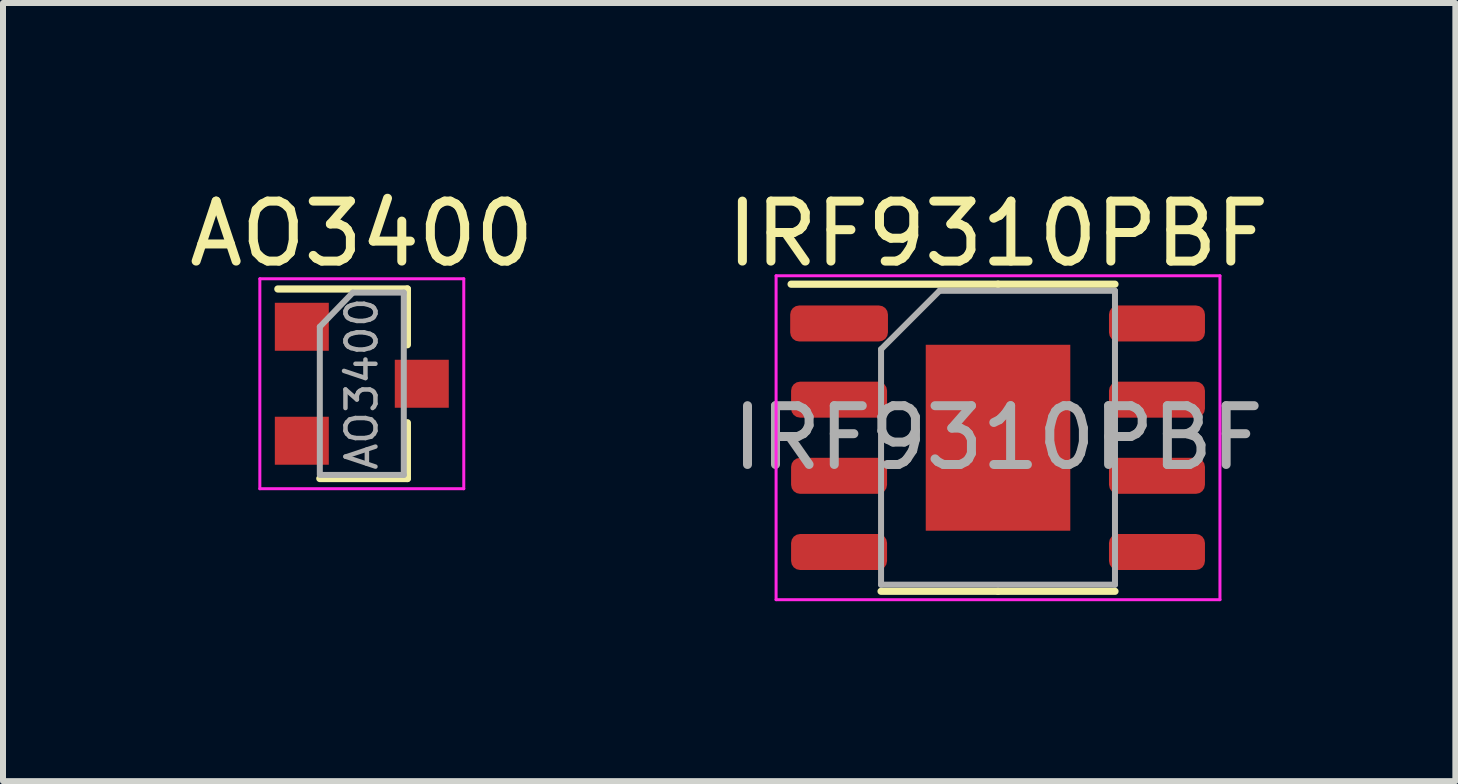
<source format=kicad_pcb>
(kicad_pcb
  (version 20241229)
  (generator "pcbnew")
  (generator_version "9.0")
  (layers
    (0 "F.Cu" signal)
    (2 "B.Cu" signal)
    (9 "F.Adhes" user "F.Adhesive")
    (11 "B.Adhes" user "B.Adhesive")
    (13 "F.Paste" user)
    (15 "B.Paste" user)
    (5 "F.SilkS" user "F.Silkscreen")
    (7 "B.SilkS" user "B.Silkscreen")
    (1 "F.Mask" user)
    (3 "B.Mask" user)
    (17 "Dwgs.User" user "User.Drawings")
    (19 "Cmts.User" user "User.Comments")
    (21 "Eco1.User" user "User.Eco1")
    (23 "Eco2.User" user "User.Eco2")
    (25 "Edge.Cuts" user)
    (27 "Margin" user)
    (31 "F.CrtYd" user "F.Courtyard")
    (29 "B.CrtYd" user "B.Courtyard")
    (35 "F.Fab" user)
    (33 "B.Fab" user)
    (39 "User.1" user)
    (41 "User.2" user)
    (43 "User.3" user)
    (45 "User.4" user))
  (footprint "IRF9310PBF"
    (layer "F.Cu")
    (at 13.589 4.248)
    (property "Reference" "IRF9310PBF" (at 0 -3.4 0) (layer "F.SilkS") (effects (font (size 1 1) (thickness 0.15))))
    (attr smd)
    (fp_line (start 0 -2.56) (end -3.45 -2.56) (stroke (width 0.12) (type solid)) (layer "F.SilkS"))
    (fp_line (start 0 -2.56) (end 1.95 -2.56) (stroke (width 0.12) (type solid)) (layer "F.SilkS"))
    (fp_line (start 0 2.56) (end -1.95 2.56) (stroke (width 0.12) (type solid)) (layer "F.SilkS"))
    (fp_line (start 0 2.56) (end 1.95 2.56) (stroke (width 0.12) (type solid)) (layer "F.SilkS"))
    (fp_line (start -3.7 -2.7) (end -3.7 2.7) (stroke (width 0.05) (type solid)) (layer "F.CrtYd"))
    (fp_line (start -3.7 2.7) (end 3.7 2.7) (stroke (width 0.05) (type solid)) (layer "F.CrtYd"))
    (fp_line (start 3.7 -2.7) (end -3.7 -2.7) (stroke (width 0.05) (type solid)) (layer "F.CrtYd"))
    (fp_line (start 3.7 2.7) (end 3.7 -2.7) (stroke (width 0.05) (type solid)) (layer "F.CrtYd"))
    (fp_line (start -1.95 -1.475) (end -0.975 -2.45) (stroke (width 0.1) (type solid)) (layer "F.Fab"))
    (fp_line (start -1.95 2.45) (end -1.95 -1.475) (stroke (width 0.1) (type solid)) (layer "F.Fab"))
    (fp_line (start -0.975 -2.45) (end 1.95 -2.45) (stroke (width 0.1) (type solid)) (layer "F.Fab"))
    (fp_line (start 1.95 -2.45) (end 1.95 2.45) (stroke (width 0.1) (type solid)) (layer "F.Fab"))
    (fp_line (start 1.95 2.45) (end -1.95 2.45) (stroke (width 0.1) (type solid)) (layer "F.Fab"))
    (fp_text user "${REFERENCE}" (at 0 0 0) (layer "F.Fab") (effects (font (size 0.98 0.98) (thickness 0.15))))
    (pad "" smd roundrect (at -0.6 -0.775) (size 0.97 1.25) (layers "F.Paste") (roundrect_rratio 0.25))
    (pad "" smd roundrect (at -0.6 0.775) (size 0.97 1.25) (layers "F.Paste") (roundrect_rratio 0.25))
    (pad "" smd roundrect (at 0.6 -0.775) (size 0.97 1.25) (layers "F.Paste") (roundrect_rratio 0.25))
    (pad "" smd roundrect (at 0.6 0.775) (size 0.97 1.25) (layers "F.Paste") (roundrect_rratio 0.25))
    (pad "1" smd roundrect (at 2.65 -1.905) (size 1.6 0.6) (layers "F.Cu" "F.Mask" "F.Paste") (roundrect_rratio 0.25))
    (pad "1" smd roundrect (at 2.65 -0.635) (size 1.6 0.6) (layers "F.Cu" "F.Mask" "F.Paste") (roundrect_rratio 0.25))
    (pad "1" smd roundrect (at 2.65 0.635) (size 1.6 0.6) (layers "F.Cu" "F.Mask" "F.Paste") (roundrect_rratio 0.25))
    (pad "1" smd roundrect (at 2.65 1.905) (size 1.6 0.6) (layers "F.Cu" "F.Mask" "F.Paste") (roundrect_rratio 0.25))
    (pad "2" smd roundrect (at -2.65 1.905) (size 1.6 0.6) (layers "F.Cu" "F.Mask" "F.Paste") (roundrect_rratio 0.25))
    (pad "3" smd roundrect (at -2.65 -1.905) (size 1.63 0.6) (layers "F.Cu" "F.Mask" "F.Paste") (roundrect_rratio 0.25))
    (pad "3" smd roundrect (at -2.65 -0.635) (size 1.6 0.6) (layers "F.Cu" "F.Mask" "F.Paste") (roundrect_rratio 0.25))
    (pad "3" smd roundrect (at -2.65 0.635) (size 1.6 0.6) (layers "F.Cu" "F.Mask" "F.Paste") (roundrect_rratio 0.25))
    (pad "9" smd rect (at 0 0) (size 2.41 3.1) (layers "F.Cu" "F.Mask")))
  (footprint "AO3400"
    (layer "F.Cu")
    (at 2.982 3.348)
    (property "Reference" "AO3400" (at 0 -2.5 0) (layer "F.SilkS") (effects (font (size 1 1) (thickness 0.15))))
    (attr smd)
    (fp_line (start 0.76 -1.58) (end -1.4 -1.58) (stroke (width 0.12) (type solid)) (layer "F.SilkS"))
    (fp_line (start 0.76 -1.58) (end 0.76 -0.65) (stroke (width 0.12) (type solid)) (layer "F.SilkS"))
    (fp_line (start 0.76 1.58) (end -0.7 1.58) (stroke (width 0.12) (type solid)) (layer "F.SilkS"))
    (fp_line (start 0.76 1.58) (end 0.76 0.65) (stroke (width 0.12) (type solid)) (layer "F.SilkS"))
    (fp_line (start -1.7 -1.75) (end 1.7 -1.75) (stroke (width 0.05) (type solid)) (layer "F.CrtYd"))
    (fp_line (start -1.7 1.75) (end -1.7 -1.75) (stroke (width 0.05) (type solid)) (layer "F.CrtYd"))
    (fp_line (start 1.7 -1.75) (end 1.7 1.75) (stroke (width 0.05) (type solid)) (layer "F.CrtYd"))
    (fp_line (start 1.7 1.75) (end -1.7 1.75) (stroke (width 0.05) (type solid)) (layer "F.CrtYd"))
    (fp_line (start -0.7 -0.95) (end -0.7 1.5) (stroke (width 0.1) (type solid)) (layer "F.Fab"))
    (fp_line (start -0.7 -0.95) (end -0.15 -1.52) (stroke (width 0.1) (type solid)) (layer "F.Fab"))
    (fp_line (start -0.7 1.52) (end 0.7 1.52) (stroke (width 0.1) (type solid)) (layer "F.Fab"))
    (fp_line (start -0.15 -1.52) (end 0.7 -1.52) (stroke (width 0.1) (type solid)) (layer "F.Fab"))
    (fp_line (start 0.7 -1.52) (end 0.7 1.52) (stroke (width 0.1) (type solid)) (layer "F.Fab"))
    (fp_text user "${REFERENCE}" (at 0 0 90) (layer "F.Fab") (effects (font (size 0.5 0.5) (thickness 0.075))))
    (pad "1" smd rect (at 1 0) (size 0.9 0.8) (layers "F.Cu" "F.Mask" "F.Paste"))
    (pad "2" smd rect (at -1 0.95) (size 0.9 0.8) (layers "F.Cu" "F.Mask" "F.Paste"))
    (pad "3" smd rect (at -1 -0.95) (size 0.9 0.8) (layers "F.Cu" "F.Mask" "F.Paste")))
  (gr_rect
    (start -3 -3)
    (end 21.214 9.973)
    (stroke (width 0.1) (type default))
    (fill no)
    (layer "Edge.Cuts")))
</source>
